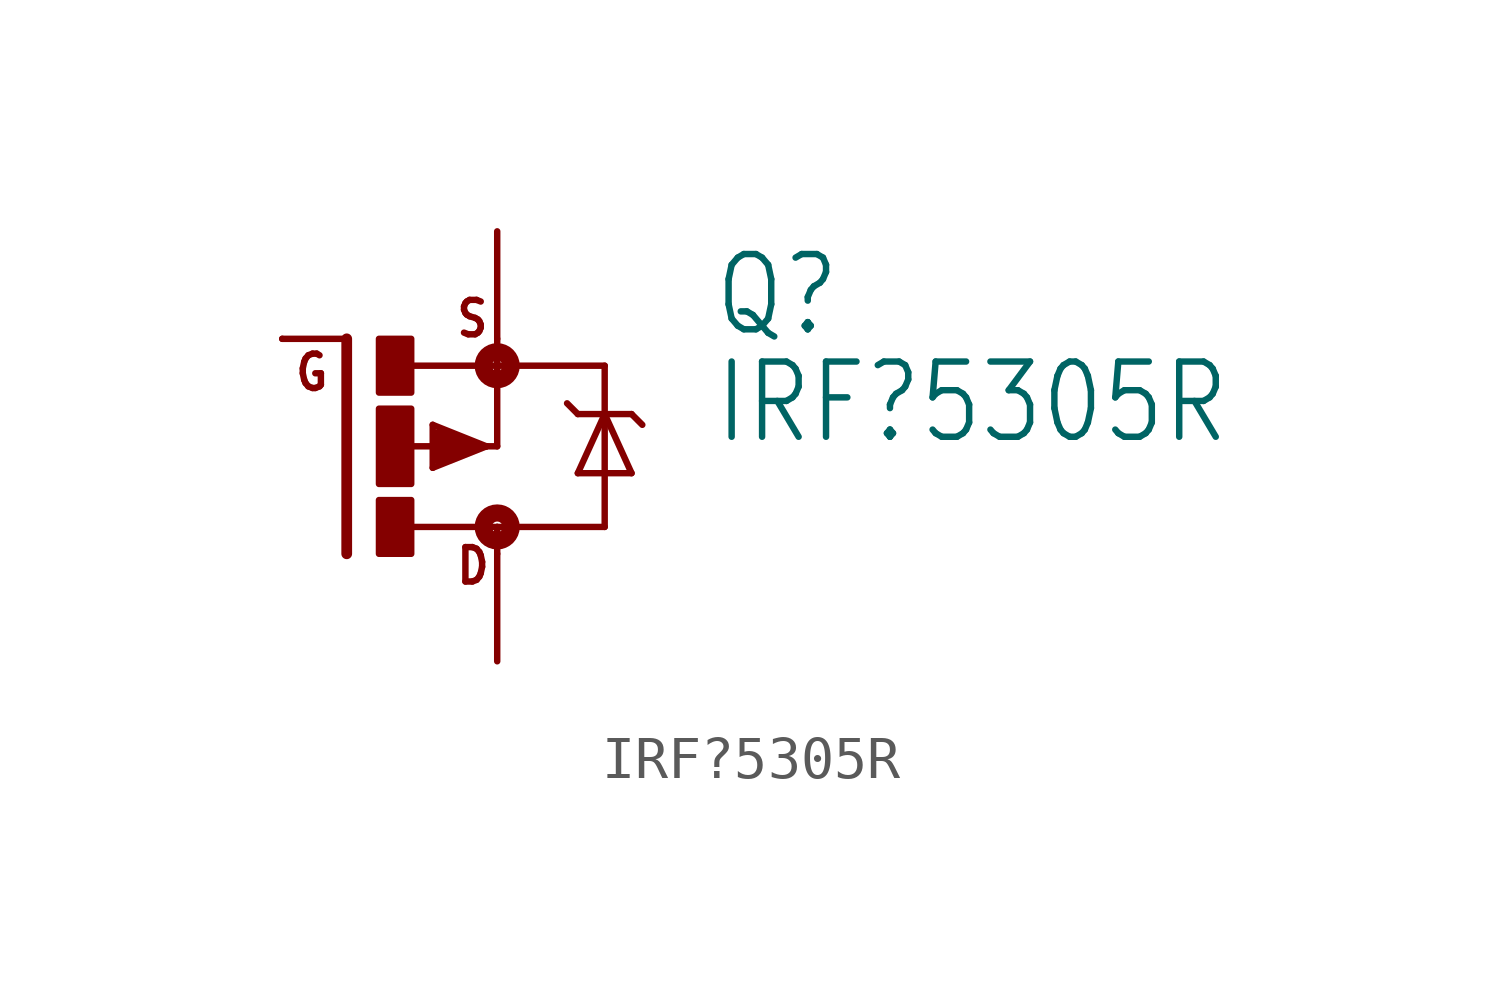
<source format=kicad_sym>
(kicad_symbol_lib
  (version 20220914)
  (generator kicad_symbol_editor)
  (symbol "IRF?5305R"
    (property "Reference" "Q"
      (at 7.62 2.54 0)
      (effects (font (size 1.778 1.511)) (justify left bottom)))
    (property "Value" "IRF?5305R"
      (at 7.62 0 0)
      (effects (font (size 1.778 1.511)) (justify left bottom)))
    (property "ki_locked" ""
      (at 0 0 0)
      (effects (font (size 1.27 1.27))))
    (symbol "IRF?5305R_1_0"
      (rectangle (start -0.254 -2.54) (end 0.508 -1.27) (stroke (width 0) (type default)) (fill (type outline)))
      (rectangle (start -0.254 -0.889) (end 0.508 0.889) (stroke (width 0) (type default)) (fill (type outline)))
      (rectangle (start -0.254 1.27) (end 0.508 2.54) (stroke (width 0) (type default)) (fill (type outline)))
      (polyline (pts (xy -1.016 -2.54) (xy -1.016 2.54)) (stroke (width 0.254) (type default)) (fill (type none)))
      (polyline (pts (xy -1.016 2.54) (xy -2.54 2.54)) (stroke (width 0.152) (type default)) (fill (type none)))
      (polyline (pts (xy 0.508 1.905) (xy 2.54 1.905)) (stroke (width 0.152) (type default)) (fill (type none)))
      (polyline (pts (xy 1.016 -0.508) (xy 1.016 0.508)) (stroke (width 0.152) (type default)) (fill (type none)))
      (polyline (pts (xy 1.016 0.508) (xy 2.286 0)) (stroke (width 0.152) (type default)) (fill (type none)))
      (polyline (pts (xy 1.143 -0.254) (xy 1.143 0)) (stroke (width 0.305) (type default)) (fill (type none)))
      (polyline (pts (xy 1.143 0) (xy 0.254 0)) (stroke (width 0.152) (type default)) (fill (type none)))
      (polyline (pts (xy 1.143 0) (xy 1.397 0)) (stroke (width 0.305) (type default)) (fill (type none)))
      (polyline (pts (xy 1.143 0.254) (xy 2.032 0)) (stroke (width 0.305) (type default)) (fill (type none)))
      (polyline (pts (xy 2.032 0) (xy 1.143 -0.254)) (stroke (width 0.305) (type default)) (fill (type none)))
      (polyline (pts (xy 2.235 0) (xy 2.286 0)) (stroke (width 0.152) (type default)) (fill (type none)))
      (polyline (pts (xy 2.286 0) (xy 1.016 -0.508)) (stroke (width 0.152) (type default)) (fill (type none)))
      (polyline (pts (xy 2.286 0) (xy 2.54 0)) (stroke (width 0.152) (type default)) (fill (type none)))
      (polyline (pts (xy 2.54 -2.54) (xy 2.54 -1.905)) (stroke (width 0.152) (type default)) (fill (type none)))
      (polyline (pts (xy 2.54 -1.905) (xy 0.533 -1.905)) (stroke (width 0.152) (type default)) (fill (type none)))
      (polyline (pts (xy 2.54 -1.905) (xy 5.08 -1.905)) (stroke (width 0.152) (type default)) (fill (type none)))
      (polyline (pts (xy 2.54 0) (xy 2.54 1.905)) (stroke (width 0.152) (type default)) (fill (type none)))
      (polyline (pts (xy 2.54 1.905) (xy 2.54 2.54)) (stroke (width 0.152) (type default)) (fill (type none)))
      (polyline (pts (xy 4.445 -0.635) (xy 5.08 0.762)) (stroke (width 0.152) (type default)) (fill (type none)))
      (polyline (pts (xy 4.445 0.762) (xy 4.191 1.016)) (stroke (width 0.152) (type default)) (fill (type none)))
      (polyline (pts (xy 5.08 0.762) (xy 4.445 0.762)) (stroke (width 0.152) (type default)) (fill (type none)))
      (polyline (pts (xy 5.08 0.762) (xy 5.08 -1.905)) (stroke (width 0.152) (type default)) (fill (type none)))
      (polyline (pts (xy 5.08 0.762) (xy 5.715 -0.635)) (stroke (width 0.152) (type default)) (fill (type none)))
      (polyline (pts (xy 5.08 1.905) (xy 2.54 1.905)) (stroke (width 0.152) (type default)) (fill (type none)))
      (polyline (pts (xy 5.08 1.905) (xy 5.08 0.762)) (stroke (width 0.152) (type default)) (fill (type none)))
      (polyline (pts (xy 5.715 -0.635) (xy 4.445 -0.635)) (stroke (width 0.152) (type default)) (fill (type none)))
      (polyline (pts (xy 5.715 0.762) (xy 5.08 0.762)) (stroke (width 0.152) (type default)) (fill (type none)))
      (polyline (pts (xy 5.715 0.762) (xy 5.969 0.508)) (stroke (width 0.152) (type default)) (fill (type none)))
      (circle (center 2.54 -1.905) (radius 0.127) (stroke (width 0.406) (type default)) (fill (type none)))
      (circle (center 2.54 1.905) (radius 0.127) (stroke (width 0.406) (type default)) (fill (type none)))
      (text "D" (at 1.524 -3.302 0) (effects (font (size 0.813 0.691)) (justify left bottom)))
      (text "G" (at -2.286 1.27 0) (effects (font (size 0.813 0.691)) (justify left bottom)))
      (text "S" (at 1.524 2.54 0) (effects (font (size 0.813 0.691)) (justify left bottom)))
      (pin passive line (at -2.54 2.54 0) (length 0) (name "G" (effects (font (size 0 0)))) (number "1" (effects (font (size 0 0)))))
      (pin passive line (at 2.54 5.08 270) (length 2.54) (name "S" (effects (font (size 0 0)))) (number "3" (effects (font (size 0 0)))))
      (pin passive line (at 2.54 -5.08 90) (length 2.54) (name "D" (effects (font (size 0 0)))) (number "4" (effects (font (size 0 0))))))))
</source>
